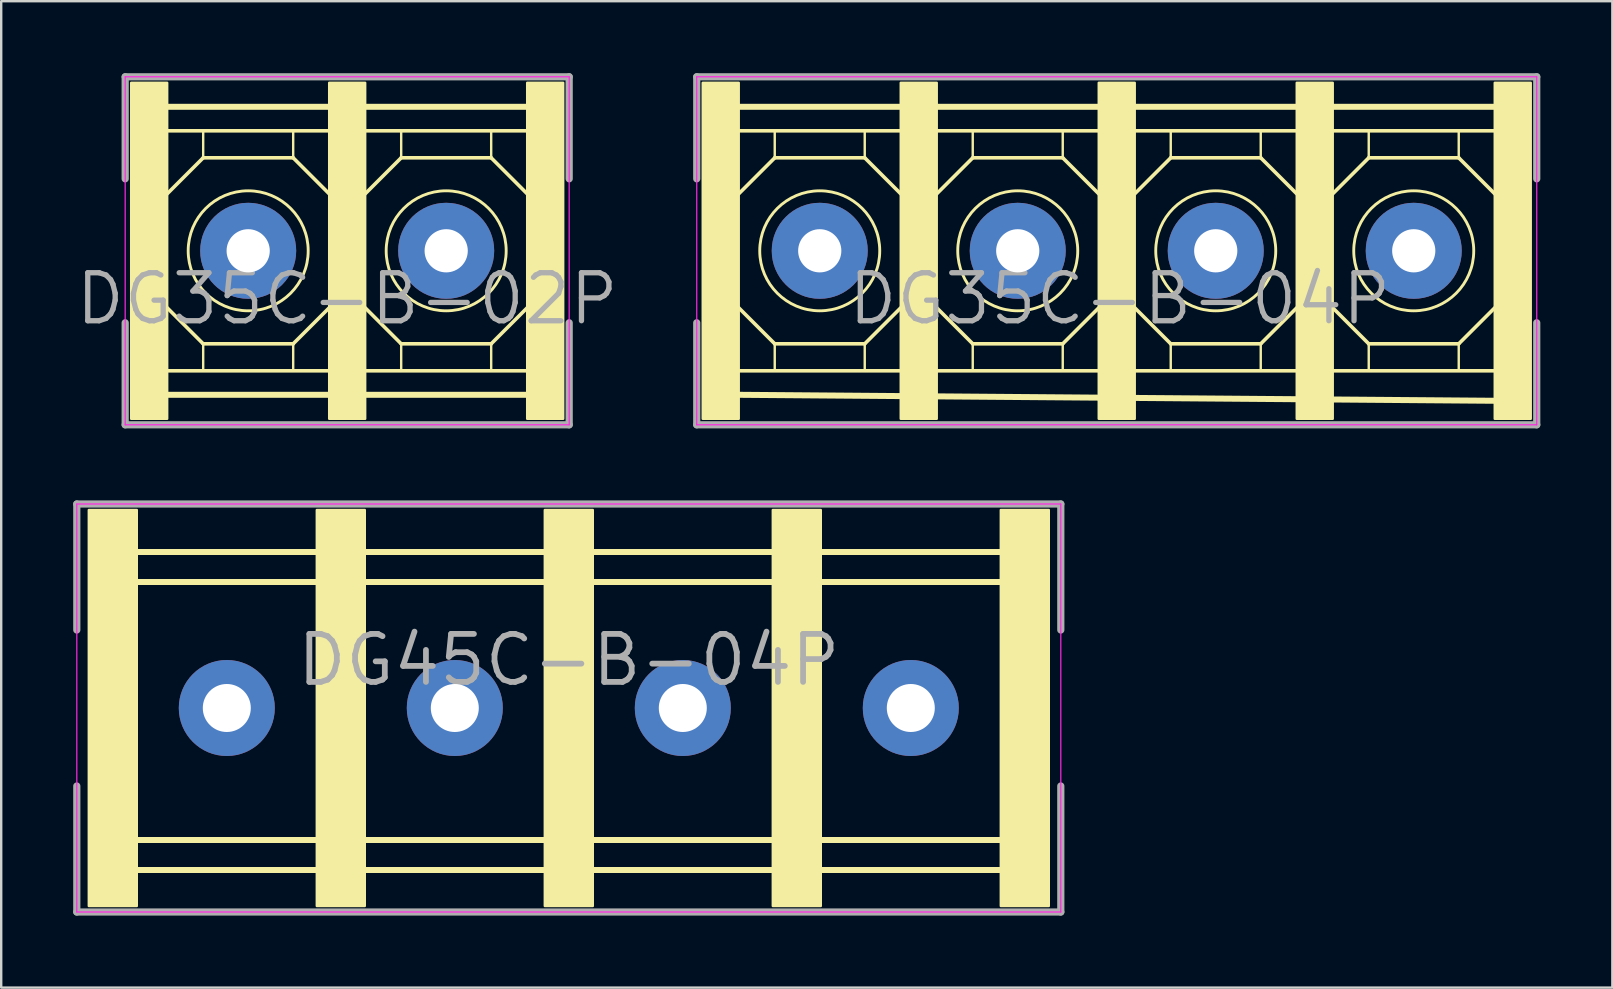
<source format=kicad_pcb>
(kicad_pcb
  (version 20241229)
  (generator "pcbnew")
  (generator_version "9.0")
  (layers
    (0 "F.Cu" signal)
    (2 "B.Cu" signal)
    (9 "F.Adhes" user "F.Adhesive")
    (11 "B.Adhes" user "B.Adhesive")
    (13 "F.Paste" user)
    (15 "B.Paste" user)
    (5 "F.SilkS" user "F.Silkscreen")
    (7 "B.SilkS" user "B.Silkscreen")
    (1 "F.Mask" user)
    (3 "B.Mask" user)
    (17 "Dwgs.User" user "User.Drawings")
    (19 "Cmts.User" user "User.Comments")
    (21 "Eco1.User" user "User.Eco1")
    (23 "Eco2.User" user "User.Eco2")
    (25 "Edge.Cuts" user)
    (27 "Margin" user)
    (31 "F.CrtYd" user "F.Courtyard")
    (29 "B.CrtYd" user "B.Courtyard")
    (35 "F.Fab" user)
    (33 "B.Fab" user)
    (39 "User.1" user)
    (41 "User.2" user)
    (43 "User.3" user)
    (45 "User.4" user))
  (footprint "DG35C-B-04P"
    (layer "F.Cu")
    (at 43.356 7.4)
    (property "Reference" "DG35C-B-04P" (at 0.25 2 0) (layer "F.Fab") (effects (font (size 2 2) (thickness 0.22))))
    (attr through_hole)
    (fp_line (start -15.625 -6) (end 16 -6) (stroke (width 0.25) (type solid)) (layer "F.SilkS"))
    (fp_line (start -15.625 -5) (end -8.875 -5) (stroke (width 0.15) (type solid)) (layer "F.SilkS"))
    (fp_line (start -15.625 -2.375) (end -14.125 -3.875) (stroke (width 0.15) (type solid)) (layer "F.SilkS"))
    (fp_line (start -15.625 6) (end 16 6.25) (stroke (width 0.25) (type solid)) (layer "F.SilkS"))
    (fp_line (start -14.125 -3.875) (end -14.125 -5) (stroke (width 0.1) (type solid)) (layer "F.SilkS"))
    (fp_line (start -14.125 -3.875) (end -10.375 -3.875) (stroke (width 0.15) (type solid)) (layer "F.SilkS"))
    (fp_line (start -14.125 3.875) (end -15.625 2.375) (stroke (width 0.15) (type solid)) (layer "F.SilkS"))
    (fp_line (start -14.125 3.875) (end -14.125 5) (stroke (width 0.1) (type solid)) (layer "F.SilkS"))
    (fp_line (start -10.375 -3.875) (end -10.375 -5) (stroke (width 0.1) (type solid)) (layer "F.SilkS"))
    (fp_line (start -10.375 -3.875) (end -8.875 -2.375) (stroke (width 0.15) (type solid)) (layer "F.SilkS"))
    (fp_line (start -10.375 3.875) (end -14.125 3.875) (stroke (width 0.15) (type solid)) (layer "F.SilkS"))
    (fp_line (start -10.375 3.875) (end -10.375 5) (stroke (width 0.1) (type solid)) (layer "F.SilkS"))
    (fp_line (start -8.875 2.375) (end -10.375 3.875) (stroke (width 0.15) (type solid)) (layer "F.SilkS"))
    (fp_line (start -8.875 5) (end -15.625 5) (stroke (width 0.15) (type solid)) (layer "F.SilkS"))
    (fp_line (start -7.375 -5) (end -0.625 -5) (stroke (width 0.15) (type solid)) (layer "F.SilkS"))
    (fp_line (start -7.375 -2.375) (end -5.875 -3.875) (stroke (width 0.15) (type solid)) (layer "F.SilkS"))
    (fp_line (start -5.875 -3.875) (end -5.875 -5) (stroke (width 0.1) (type solid)) (layer "F.SilkS"))
    (fp_line (start -5.875 -3.875) (end -2.125 -3.875) (stroke (width 0.15) (type solid)) (layer "F.SilkS"))
    (fp_line (start -5.875 3.875) (end -7.375 2.375) (stroke (width 0.15) (type solid)) (layer "F.SilkS"))
    (fp_line (start -5.875 3.875) (end -5.875 5) (stroke (width 0.1) (type solid)) (layer "F.SilkS"))
    (fp_line (start -2.125 -3.875) (end -2.125 -5) (stroke (width 0.1) (type solid)) (layer "F.SilkS"))
    (fp_line (start -2.125 -3.875) (end -0.625 -2.375) (stroke (width 0.15) (type solid)) (layer "F.SilkS"))
    (fp_line (start -2.125 3.875) (end -5.875 3.875) (stroke (width 0.15) (type solid)) (layer "F.SilkS"))
    (fp_line (start -2.125 3.875) (end -2.125 5) (stroke (width 0.1) (type solid)) (layer "F.SilkS"))
    (fp_line (start -0.625 2.375) (end -2.125 3.875) (stroke (width 0.15) (type solid)) (layer "F.SilkS"))
    (fp_line (start -0.625 5) (end -7.375 5) (stroke (width 0.15) (type solid)) (layer "F.SilkS"))
    (fp_line (start 0.875 -5) (end 7.625 -5) (stroke (width 0.15) (type solid)) (layer "F.SilkS"))
    (fp_line (start 0.875 -2.375) (end 2.375 -3.875) (stroke (width 0.15) (type solid)) (layer "F.SilkS"))
    (fp_line (start 2.375 -3.875) (end 2.375 -5) (stroke (width 0.1) (type solid)) (layer "F.SilkS"))
    (fp_line (start 2.375 -3.875) (end 6.125 -3.875) (stroke (width 0.15) (type solid)) (layer "F.SilkS"))
    (fp_line (start 2.375 3.875) (end 0.875 2.375) (stroke (width 0.15) (type solid)) (layer "F.SilkS"))
    (fp_line (start 2.375 3.875) (end 2.375 5) (stroke (width 0.1) (type solid)) (layer "F.SilkS"))
    (fp_line (start 6.125 -3.875) (end 6.125 -5) (stroke (width 0.1) (type solid)) (layer "F.SilkS"))
    (fp_line (start 6.125 -3.875) (end 7.625 -2.375) (stroke (width 0.15) (type solid)) (layer "F.SilkS"))
    (fp_line (start 6.125 3.875) (end 2.375 3.875) (stroke (width 0.15) (type solid)) (layer "F.SilkS"))
    (fp_line (start 6.125 3.875) (end 6.125 5) (stroke (width 0.1) (type solid)) (layer "F.SilkS"))
    (fp_line (start 7.625 2.375) (end 6.125 3.875) (stroke (width 0.15) (type solid)) (layer "F.SilkS"))
    (fp_line (start 7.625 5) (end 0.875 5) (stroke (width 0.15) (type solid)) (layer "F.SilkS"))
    (fp_line (start 9.125 -5) (end 15.875 -5) (stroke (width 0.15) (type solid)) (layer "F.SilkS"))
    (fp_line (start 9.125 -2.375) (end 10.625 -3.875) (stroke (width 0.15) (type solid)) (layer "F.SilkS"))
    (fp_line (start 10.625 -3.875) (end 10.625 -5) (stroke (width 0.1) (type solid)) (layer "F.SilkS"))
    (fp_line (start 10.625 -3.875) (end 14.375 -3.875) (stroke (width 0.15) (type solid)) (layer "F.SilkS"))
    (fp_line (start 10.625 3.875) (end 9.125 2.375) (stroke (width 0.15) (type solid)) (layer "F.SilkS"))
    (fp_line (start 10.625 3.875) (end 10.625 5) (stroke (width 0.1) (type solid)) (layer "F.SilkS"))
    (fp_line (start 14.375 -3.875) (end 14.375 -5) (stroke (width 0.1) (type solid)) (layer "F.SilkS"))
    (fp_line (start 14.375 -3.875) (end 15.875 -2.375) (stroke (width 0.15) (type solid)) (layer "F.SilkS"))
    (fp_line (start 14.375 3.875) (end 10.625 3.875) (stroke (width 0.15) (type solid)) (layer "F.SilkS"))
    (fp_line (start 14.375 3.875) (end 14.375 5) (stroke (width 0.1) (type solid)) (layer "F.SilkS"))
    (fp_line (start 15.875 2.375) (end 14.375 3.875) (stroke (width 0.15) (type solid)) (layer "F.SilkS"))
    (fp_line (start 15.875 5) (end 9.125 5) (stroke (width 0.15) (type solid)) (layer "F.SilkS"))
    (fp_circle (center -12.25 0) (end -9.75 0) (stroke (width 0.12) (type solid)) (fill no) (layer "F.SilkS"))
    (fp_circle (center -4 0) (end -1.5 0) (stroke (width 0.12) (type solid)) (fill no) (layer "F.SilkS"))
    (fp_circle (center 4.25 0) (end 6.75 0) (stroke (width 0.12) (type solid)) (fill no) (layer "F.SilkS"))
    (fp_circle (center 12.5 0) (end 15 0) (stroke (width 0.12) (type solid)) (fill no) (layer "F.SilkS"))
    (fp_poly (pts (xy -15.625 7) (xy -17.125 7) (xy -17.125 -7) (xy -15.625 -7)) (stroke (width 0.1) (type solid)) (fill yes) (layer "F.SilkS"))
    (fp_poly (pts (xy -7.375 7) (xy -8.875 7) (xy -8.875 -7) (xy -7.375 -7)) (stroke (width 0.1) (type solid)) (fill yes) (layer "F.SilkS"))
    (fp_poly (pts (xy 0.875 7) (xy -0.625 7) (xy -0.625 -7) (xy 0.875 -7)) (stroke (width 0.1) (type solid)) (fill yes) (layer "F.SilkS"))
    (fp_poly (pts (xy 9.125 7) (xy 7.625 7) (xy 7.625 -7) (xy 9.125 -7)) (stroke (width 0.1) (type solid)) (fill yes) (layer "F.SilkS"))
    (fp_poly (pts (xy 17.375 7) (xy 15.875 7) (xy 15.875 -7) (xy 17.375 -7)) (stroke (width 0.1) (type solid)) (fill yes) (layer "F.SilkS"))
    (fp_line (start -17.375 -7.25) (end -17.375 7.25) (stroke (width 0.05) (type solid)) (layer "F.CrtYd"))
    (fp_line (start -17.375 -7.25) (end 17.625 -7.25) (stroke (width 0.05) (type solid)) (layer "F.CrtYd"))
    (fp_line (start -17.375 7.25) (end 17.625 7.25) (stroke (width 0.05) (type solid)) (layer "F.CrtYd"))
    (fp_line (start 17.625 -7.25) (end 17.625 7.25) (stroke (width 0.05) (type solid)) (layer "F.CrtYd"))
    (fp_line (start -17.375 -7.25) (end -17.375 -3) (stroke (width 0.3) (type solid)) (layer "F.Fab"))
    (fp_line (start -17.375 -7.25) (end 17.625 -7.25) (stroke (width 0.3) (type solid)) (layer "F.Fab"))
    (fp_line (start -17.375 3) (end -17.375 7.25) (stroke (width 0.3) (type solid)) (layer "F.Fab"))
    (fp_line (start -17.375 7.25) (end 17.625 7.25) (stroke (width 0.3) (type solid)) (layer "F.Fab"))
    (fp_line (start 17.625 -7.25) (end 17.625 -3) (stroke (width 0.3) (type solid)) (layer "F.Fab"))
    (fp_line (start 17.625 3) (end 17.625 7.25) (stroke (width 0.3) (type solid)) (layer "F.Fab"))
    (pad "1" thru_hole circle (at -12.25 0 90) (size 4 4) (drill 1.8) (layers "*.Cu" "*.Mask"))
    (pad "2" thru_hole circle (at -4 0 90) (size 4 4) (drill 1.8) (layers "*.Cu" "*.Mask"))
    (pad "3" thru_hole circle (at 4.25 0 90) (size 4 4) (drill 1.8) (layers "*.Cu" "*.Mask"))
    (pad "4" thru_hole circle (at 12.5 0 90) (size 4 4) (drill 1.8) (layers "*.Cu" "*.Mask")))
  (footprint "DG45C-B-04P"
    (layer "F.Cu")
    (at 20.65 26.45)
    (property "Reference" "DG45C-B-04P" (at 0 -2 0) (layer "F.Fab") (effects (font (size 2 2) (thickness 0.24))))
    (attr through_hole)
    (fp_line (start -18.25 -6.5) (end 18.25 -6.5) (stroke (width 0.25) (type solid)) (layer "F.SilkS"))
    (fp_line (start -18.25 -5.25) (end 18.25 -5.25) (stroke (width 0.25) (type solid)) (layer "F.SilkS"))
    (fp_line (start -18.25 5.5) (end 18.25 5.5) (stroke (width 0.25) (type solid)) (layer "F.SilkS"))
    (fp_line (start -18.25 6.75) (end 18.25 6.75) (stroke (width 0.25) (type solid)) (layer "F.SilkS"))
    (fp_poly (pts (xy -18 8.25) (xy -20 8.25) (xy -20 -8.25) (xy -18 -8.25)) (stroke (width 0.1) (type solid)) (fill yes) (layer "F.SilkS"))
    (fp_poly (pts (xy -8.5 8.25) (xy -10.5 8.25) (xy -10.5 -8.25) (xy -8.5 -8.25)) (stroke (width 0.1) (type solid)) (fill yes) (layer "F.SilkS"))
    (fp_poly (pts (xy 1 8.25) (xy -1 8.25) (xy -1 -8.25) (xy 1 -8.25)) (stroke (width 0.1) (type solid)) (fill yes) (layer "F.SilkS"))
    (fp_poly (pts (xy 10.5 8.25) (xy 8.5 8.25) (xy 8.5 -8.25) (xy 10.5 -8.25)) (stroke (width 0.1) (type solid)) (fill yes) (layer "F.SilkS"))
    (fp_poly (pts (xy 20 8.25) (xy 18 8.25) (xy 18 -8.25) (xy 20 -8.25)) (stroke (width 0.1) (type solid)) (fill yes) (layer "F.SilkS"))
    (fp_line (start -20.5 -8.5) (end -20.5 8.5) (stroke (width 0.05) (type solid)) (layer "F.CrtYd"))
    (fp_line (start -20.5 -8.5) (end 20.5 -8.5) (stroke (width 0.05) (type solid)) (layer "F.CrtYd"))
    (fp_line (start -20.5 8.5) (end 20.5 8.5) (stroke (width 0.05) (type solid)) (layer "F.CrtYd"))
    (fp_line (start 20.5 -8.5) (end 20.5 8.5) (stroke (width 0.05) (type solid)) (layer "F.CrtYd"))
    (fp_line (start -20.5 -8.5) (end -20.5 -3.25) (stroke (width 0.3) (type solid)) (layer "F.Fab"))
    (fp_line (start -20.5 -8.5) (end 20.5 -8.5) (stroke (width 0.3) (type solid)) (layer "F.Fab"))
    (fp_line (start -20.5 3.25) (end -20.5 8.5) (stroke (width 0.3) (type solid)) (layer "F.Fab"))
    (fp_line (start -20.5 8.5) (end 20.5 8.5) (stroke (width 0.3) (type solid)) (layer "F.Fab"))
    (fp_line (start 20.5 -8.5) (end 20.5 -3.25) (stroke (width 0.3) (type solid)) (layer "F.Fab"))
    (fp_line (start 20.5 3.25) (end 20.5 8.5) (stroke (width 0.3) (type solid)) (layer "F.Fab"))
    (pad "1" thru_hole circle (at -14.25 0 90) (size 4 4) (drill 2) (layers "*.Cu" "*.Mask"))
    (pad "2" thru_hole circle (at -4.75 0 90) (size 4 4) (drill 2) (layers "*.Cu" "*.Mask"))
    (pad "3" thru_hole circle (at 4.75 0 90) (size 4 4) (drill 2) (layers "*.Cu" "*.Mask"))
    (pad "4" thru_hole circle (at 14.25 0 90) (size 4 4) (drill 2) (layers "*.Cu" "*.Mask")))
  (footprint "DG35C-B-02P"
    (layer "F.Cu")
    (at 11.416 7.4)
    (property "Reference" "DG35C-B-02P" (at 0 2 0) (layer "F.Fab") (effects (font (size 2 2) (thickness 0.22))))
    (attr through_hole)
    (fp_line (start -7.5 -6) (end 7.5 -6) (stroke (width 0.25) (type solid)) (layer "F.SilkS"))
    (fp_line (start -7.5 -5) (end -0.75 -5) (stroke (width 0.15) (type solid)) (layer "F.SilkS"))
    (fp_line (start -7.5 -2.375) (end -6 -3.875) (stroke (width 0.15) (type solid)) (layer "F.SilkS"))
    (fp_line (start -7.5 6) (end 7.5 6) (stroke (width 0.25) (type solid)) (layer "F.SilkS"))
    (fp_line (start -6 -3.875) (end -6 -5) (stroke (width 0.1) (type solid)) (layer "F.SilkS"))
    (fp_line (start -6 -3.875) (end -2.25 -3.875) (stroke (width 0.15) (type solid)) (layer "F.SilkS"))
    (fp_line (start -6 3.875) (end -7.5 2.375) (stroke (width 0.15) (type solid)) (layer "F.SilkS"))
    (fp_line (start -6 3.875) (end -6 5) (stroke (width 0.1) (type solid)) (layer "F.SilkS"))
    (fp_line (start -2.25 -3.875) (end -2.25 -5) (stroke (width 0.1) (type solid)) (layer "F.SilkS"))
    (fp_line (start -2.25 -3.875) (end -0.75 -2.375) (stroke (width 0.15) (type solid)) (layer "F.SilkS"))
    (fp_line (start -2.25 3.875) (end -6 3.875) (stroke (width 0.15) (type solid)) (layer "F.SilkS"))
    (fp_line (start -2.25 3.875) (end -2.25 5) (stroke (width 0.1) (type solid)) (layer "F.SilkS"))
    (fp_line (start -0.75 2.375) (end -2.25 3.875) (stroke (width 0.15) (type solid)) (layer "F.SilkS"))
    (fp_line (start -0.75 5) (end -7.5 5) (stroke (width 0.15) (type solid)) (layer "F.SilkS"))
    (fp_line (start 0.75 -5) (end 7.5 -5) (stroke (width 0.15) (type solid)) (layer "F.SilkS"))
    (fp_line (start 0.75 -2.375) (end 2.25 -3.875) (stroke (width 0.15) (type solid)) (layer "F.SilkS"))
    (fp_line (start 2.25 -3.875) (end 2.25 -5) (stroke (width 0.1) (type solid)) (layer "F.SilkS"))
    (fp_line (start 2.25 -3.875) (end 6 -3.875) (stroke (width 0.15) (type solid)) (layer "F.SilkS"))
    (fp_line (start 2.25 3.875) (end 0.75 2.375) (stroke (width 0.15) (type solid)) (layer "F.SilkS"))
    (fp_line (start 2.25 3.875) (end 2.25 5) (stroke (width 0.1) (type solid)) (layer "F.SilkS"))
    (fp_line (start 6 -3.875) (end 6 -5) (stroke (width 0.1) (type solid)) (layer "F.SilkS"))
    (fp_line (start 6 -3.875) (end 7.5 -2.375) (stroke (width 0.15) (type solid)) (layer "F.SilkS"))
    (fp_line (start 6 3.875) (end 2.25 3.875) (stroke (width 0.15) (type solid)) (layer "F.SilkS"))
    (fp_line (start 6 3.875) (end 6 5) (stroke (width 0.1) (type solid)) (layer "F.SilkS"))
    (fp_line (start 7.5 2.375) (end 6 3.875) (stroke (width 0.15) (type solid)) (layer "F.SilkS"))
    (fp_line (start 7.5 5) (end 0.75 5) (stroke (width 0.15) (type solid)) (layer "F.SilkS"))
    (fp_circle (center -4.125 0) (end -1.625 0) (stroke (width 0.12) (type solid)) (fill no) (layer "F.SilkS"))
    (fp_circle (center 4.125 0) (end 6.625 0) (stroke (width 0.12) (type solid)) (fill no) (layer "F.SilkS"))
    (fp_poly (pts (xy -7.5 7) (xy -9 7) (xy -9 -7) (xy -7.5 -7)) (stroke (width 0.1) (type solid)) (fill yes) (layer "F.SilkS"))
    (fp_poly (pts (xy 0.75 7) (xy -0.75 7) (xy -0.75 -7) (xy 0.75 -7)) (stroke (width 0.1) (type solid)) (fill yes) (layer "F.SilkS"))
    (fp_poly (pts (xy 9 7) (xy 7.5 7) (xy 7.5 -7) (xy 9 -7)) (stroke (width 0.1) (type solid)) (fill yes) (layer "F.SilkS"))
    (fp_line (start -9.25 -7.25) (end -9.25 7.25) (stroke (width 0.05) (type solid)) (layer "F.CrtYd"))
    (fp_line (start -9.25 -7.25) (end 9.25 -7.25) (stroke (width 0.05) (type solid)) (layer "F.CrtYd"))
    (fp_line (start -9.25 7.25) (end 9.25 7.25) (stroke (width 0.05) (type solid)) (layer "F.CrtYd"))
    (fp_line (start 9.25 -7.25) (end 9.25 7.25) (stroke (width 0.05) (type solid)) (layer "F.CrtYd"))
    (fp_line (start -9.25 -7.25) (end -9.25 -3) (stroke (width 0.3) (type solid)) (layer "F.Fab"))
    (fp_line (start -9.25 -7.25) (end 9.25 -7.25) (stroke (width 0.3) (type solid)) (layer "F.Fab"))
    (fp_line (start -9.25 3) (end -9.25 7.25) (stroke (width 0.3) (type solid)) (layer "F.Fab"))
    (fp_line (start -9.25 7.25) (end 9.25 7.25) (stroke (width 0.3) (type solid)) (layer "F.Fab"))
    (fp_line (start 9.25 -7.25) (end 9.25 -3) (stroke (width 0.3) (type solid)) (layer "F.Fab"))
    (fp_line (start 9.25 3) (end 9.25 7.25) (stroke (width 0.3) (type solid)) (layer "F.Fab"))
    (pad "1" thru_hole circle (at -4.125 0 90) (size 4 4) (drill 1.8) (layers "*.Cu" "*.Mask"))
    (pad "2" thru_hole circle (at 4.125 0 90) (size 4 4) (drill 1.8) (layers "*.Cu" "*.Mask")))
  (gr_rect
    (start -3 -3)
    (end 64.131 38.1)
    (stroke (width 0.1) (type default))
    (fill no)
    (layer "Edge.Cuts")))
</source>
